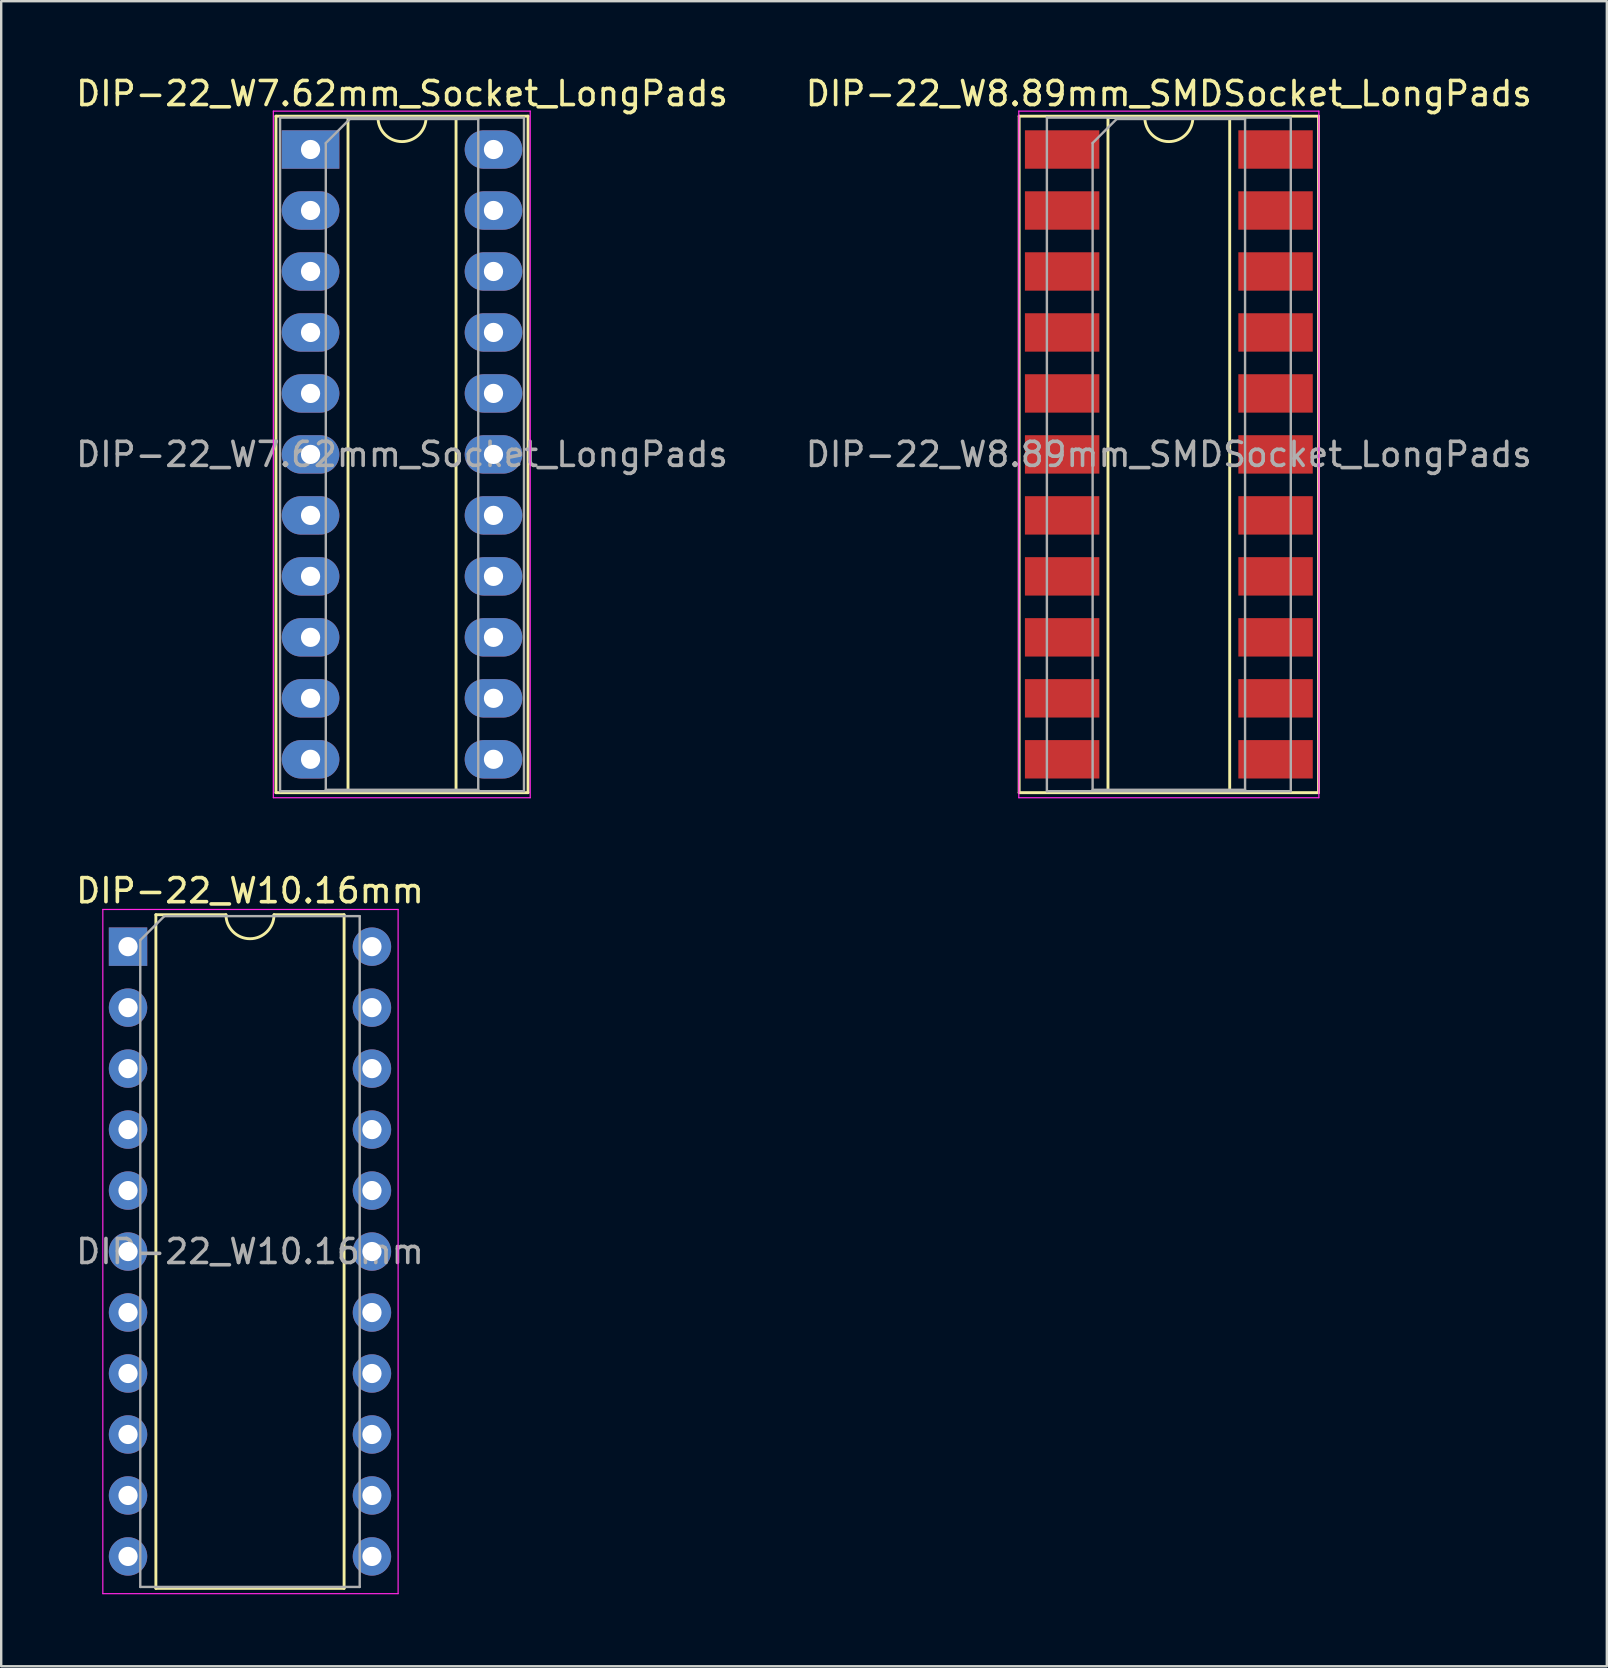
<source format=kicad_pcb>
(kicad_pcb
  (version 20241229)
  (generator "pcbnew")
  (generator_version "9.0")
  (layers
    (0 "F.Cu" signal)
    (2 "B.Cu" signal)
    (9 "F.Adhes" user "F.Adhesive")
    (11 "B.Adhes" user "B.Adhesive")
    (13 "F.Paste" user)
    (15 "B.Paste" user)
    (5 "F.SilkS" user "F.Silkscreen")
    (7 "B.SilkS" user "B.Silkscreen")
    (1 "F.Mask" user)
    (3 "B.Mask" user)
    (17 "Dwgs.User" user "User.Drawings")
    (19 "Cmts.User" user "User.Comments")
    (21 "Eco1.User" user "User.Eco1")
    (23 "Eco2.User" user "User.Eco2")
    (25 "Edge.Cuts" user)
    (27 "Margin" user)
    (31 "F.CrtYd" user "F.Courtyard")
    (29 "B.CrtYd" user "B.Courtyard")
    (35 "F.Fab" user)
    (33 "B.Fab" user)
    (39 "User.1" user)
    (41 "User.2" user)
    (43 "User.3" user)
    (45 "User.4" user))
  (footprint "DIP-22_W8.89mm_SMDSocket_LongPads"
    (layer "F.Cu")
    (at 45.637 15.878)
    (property "Reference" "DIP-22_W8.89mm_SMDSocket_LongPads" (at 0 -15.03 0) (layer "F.SilkS") (effects (font (size 1 1) (thickness 0.15))))
    (attr smd)
    (fp_line (start -6.235 -14.09) (end -6.235 14.09) (stroke (width 0.12) (type solid)) (layer "F.SilkS"))
    (fp_line (start -6.235 14.09) (end 6.235 14.09) (stroke (width 0.12) (type solid)) (layer "F.SilkS"))
    (fp_line (start -2.535 -14.03) (end -2.535 14.03) (stroke (width 0.12) (type solid)) (layer "F.SilkS"))
    (fp_line (start -2.535 14.03) (end 2.535 14.03) (stroke (width 0.12) (type solid)) (layer "F.SilkS"))
    (fp_line (start -1 -14.03) (end -2.535 -14.03) (stroke (width 0.12) (type solid)) (layer "F.SilkS"))
    (fp_line (start 2.535 -14.03) (end 1 -14.03) (stroke (width 0.12) (type solid)) (layer "F.SilkS"))
    (fp_line (start 2.535 14.03) (end 2.535 -14.03) (stroke (width 0.12) (type solid)) (layer "F.SilkS"))
    (fp_line (start 6.235 -14.09) (end -6.235 -14.09) (stroke (width 0.12) (type solid)) (layer "F.SilkS"))
    (fp_line (start 6.235 14.09) (end 6.235 -14.09) (stroke (width 0.12) (type solid)) (layer "F.SilkS"))
    (fp_arc (start 1 -14.03) (mid 0 -13.03) (end -1 -14.03) (stroke (width 0.12) (type solid)) (layer "F.SilkS"))
    (fp_line (start -6.25 -14.3) (end -6.25 14.3) (stroke (width 0.05) (type solid)) (layer "F.CrtYd"))
    (fp_line (start -6.25 14.3) (end 6.25 14.3) (stroke (width 0.05) (type solid)) (layer "F.CrtYd"))
    (fp_line (start 6.25 -14.3) (end -6.25 -14.3) (stroke (width 0.05) (type solid)) (layer "F.CrtYd"))
    (fp_line (start 6.25 14.3) (end 6.25 -14.3) (stroke (width 0.05) (type solid)) (layer "F.CrtYd"))
    (fp_line (start -5.08 -14.03) (end -5.08 14.03) (stroke (width 0.1) (type solid)) (layer "F.Fab"))
    (fp_line (start -5.08 14.03) (end 5.08 14.03) (stroke (width 0.1) (type solid)) (layer "F.Fab"))
    (fp_line (start -3.175 -12.97) (end -2.175 -13.97) (stroke (width 0.1) (type solid)) (layer "F.Fab"))
    (fp_line (start -3.175 13.97) (end -3.175 -12.97) (stroke (width 0.1) (type solid)) (layer "F.Fab"))
    (fp_line (start -2.175 -13.97) (end 3.175 -13.97) (stroke (width 0.1) (type solid)) (layer "F.Fab"))
    (fp_line (start 3.175 -13.97) (end 3.175 13.97) (stroke (width 0.1) (type solid)) (layer "F.Fab"))
    (fp_line (start 3.175 13.97) (end -3.175 13.97) (stroke (width 0.1) (type solid)) (layer "F.Fab"))
    (fp_line (start 5.08 -14.03) (end -5.08 -14.03) (stroke (width 0.1) (type solid)) (layer "F.Fab"))
    (fp_line (start 5.08 14.03) (end 5.08 -14.03) (stroke (width 0.1) (type solid)) (layer "F.Fab"))
    (fp_text user "${REFERENCE}" (at 0 0 0) (layer "F.Fab") (effects (font (size 1 1) (thickness 0.15))))
    (pad "1" smd rect (at -4.445 -12.7) (size 3.1 1.6) (layers "F.Cu" "F.Mask" "F.Paste"))
    (pad "2" smd rect (at -4.445 -10.16) (size 3.1 1.6) (layers "F.Cu" "F.Mask" "F.Paste"))
    (pad "3" smd rect (at -4.445 -7.62) (size 3.1 1.6) (layers "F.Cu" "F.Mask" "F.Paste"))
    (pad "4" smd rect (at -4.445 -5.08) (size 3.1 1.6) (layers "F.Cu" "F.Mask" "F.Paste"))
    (pad "5" smd rect (at -4.445 -2.54) (size 3.1 1.6) (layers "F.Cu" "F.Mask" "F.Paste"))
    (pad "6" smd rect (at -4.445 0) (size 3.1 1.6) (layers "F.Cu" "F.Mask" "F.Paste"))
    (pad "7" smd rect (at -4.445 2.54) (size 3.1 1.6) (layers "F.Cu" "F.Mask" "F.Paste"))
    (pad "8" smd rect (at -4.445 5.08) (size 3.1 1.6) (layers "F.Cu" "F.Mask" "F.Paste"))
    (pad "9" smd rect (at -4.445 7.62) (size 3.1 1.6) (layers "F.Cu" "F.Mask" "F.Paste"))
    (pad "10" smd rect (at -4.445 10.16) (size 3.1 1.6) (layers "F.Cu" "F.Mask" "F.Paste"))
    (pad "11" smd rect (at -4.445 12.7) (size 3.1 1.6) (layers "F.Cu" "F.Mask" "F.Paste"))
    (pad "12" smd rect (at 4.445 12.7) (size 3.1 1.6) (layers "F.Cu" "F.Mask" "F.Paste"))
    (pad "13" smd rect (at 4.445 10.16) (size 3.1 1.6) (layers "F.Cu" "F.Mask" "F.Paste"))
    (pad "14" smd rect (at 4.445 7.62) (size 3.1 1.6) (layers "F.Cu" "F.Mask" "F.Paste"))
    (pad "15" smd rect (at 4.445 5.08) (size 3.1 1.6) (layers "F.Cu" "F.Mask" "F.Paste"))
    (pad "16" smd rect (at 4.445 2.54) (size 3.1 1.6) (layers "F.Cu" "F.Mask" "F.Paste"))
    (pad "17" smd rect (at 4.445 0) (size 3.1 1.6) (layers "F.Cu" "F.Mask" "F.Paste"))
    (pad "18" smd rect (at 4.445 -2.54) (size 3.1 1.6) (layers "F.Cu" "F.Mask" "F.Paste"))
    (pad "19" smd rect (at 4.445 -5.08) (size 3.1 1.6) (layers "F.Cu" "F.Mask" "F.Paste"))
    (pad "20" smd rect (at 4.445 -7.62) (size 3.1 1.6) (layers "F.Cu" "F.Mask" "F.Paste"))
    (pad "21" smd rect (at 4.445 -10.16) (size 3.1 1.6) (layers "F.Cu" "F.Mask" "F.Paste"))
    (pad "22" smd rect (at 4.445 -12.7) (size 3.1 1.6) (layers "F.Cu" "F.Mask" "F.Paste")))
  (footprint "DIP-22_W10.16mm"
    (layer "F.Cu")
    (at 2.283 36.382)
    (property "Reference" "DIP-22_W10.16mm" (at 5.08 -2.33 0) (layer "F.SilkS") (effects (font (size 1 1) (thickness 0.15))))
    (attr through_hole)
    (fp_line (start 1.16 -1.33) (end 1.16 26.73) (stroke (width 0.12) (type solid)) (layer "F.SilkS"))
    (fp_line (start 1.16 26.73) (end 9 26.73) (stroke (width 0.12) (type solid)) (layer "F.SilkS"))
    (fp_line (start 4.08 -1.33) (end 1.16 -1.33) (stroke (width 0.12) (type solid)) (layer "F.SilkS"))
    (fp_line (start 9 -1.33) (end 6.08 -1.33) (stroke (width 0.12) (type solid)) (layer "F.SilkS"))
    (fp_line (start 9 26.73) (end 9 -1.33) (stroke (width 0.12) (type solid)) (layer "F.SilkS"))
    (fp_arc (start 6.08 -1.33) (mid 5.08 -0.33) (end 4.08 -1.33) (stroke (width 0.12) (type solid)) (layer "F.SilkS"))
    (fp_line (start -1.05 -1.55) (end -1.05 26.95) (stroke (width 0.05) (type solid)) (layer "F.CrtYd"))
    (fp_line (start -1.05 26.95) (end 11.25 26.95) (stroke (width 0.05) (type solid)) (layer "F.CrtYd"))
    (fp_line (start 11.25 -1.55) (end -1.05 -1.55) (stroke (width 0.05) (type solid)) (layer "F.CrtYd"))
    (fp_line (start 11.25 26.95) (end 11.25 -1.55) (stroke (width 0.05) (type solid)) (layer "F.CrtYd"))
    (fp_line (start 0.51 -0.27) (end 1.51 -1.27) (stroke (width 0.1) (type solid)) (layer "F.Fab"))
    (fp_line (start 0.51 26.67) (end 0.51 -0.27) (stroke (width 0.1) (type solid)) (layer "F.Fab"))
    (fp_line (start 1.51 -1.27) (end 9.65 -1.27) (stroke (width 0.1) (type solid)) (layer "F.Fab"))
    (fp_line (start 9.65 -1.27) (end 9.65 26.67) (stroke (width 0.1) (type solid)) (layer "F.Fab"))
    (fp_line (start 9.65 26.67) (end 0.51 26.67) (stroke (width 0.1) (type solid)) (layer "F.Fab"))
    (fp_text user "${REFERENCE}" (at 5.08 12.7 0) (layer "F.Fab") (effects (font (size 1 1) (thickness 0.15))))
    (pad "1" thru_hole rect (at 0 0) (size 1.6 1.6) (drill 0.8) (layers "*.Cu" "*.Mask"))
    (pad "2" thru_hole oval (at 0 2.54) (size 1.6 1.6) (drill 0.8) (layers "*.Cu" "*.Mask"))
    (pad "3" thru_hole oval (at 0 5.08) (size 1.6 1.6) (drill 0.8) (layers "*.Cu" "*.Mask"))
    (pad "4" thru_hole oval (at 0 7.62) (size 1.6 1.6) (drill 0.8) (layers "*.Cu" "*.Mask"))
    (pad "5" thru_hole oval (at 0 10.16) (size 1.6 1.6) (drill 0.8) (layers "*.Cu" "*.Mask"))
    (pad "6" thru_hole oval (at 0 12.7) (size 1.6 1.6) (drill 0.8) (layers "*.Cu" "*.Mask"))
    (pad "7" thru_hole oval (at 0 15.24) (size 1.6 1.6) (drill 0.8) (layers "*.Cu" "*.Mask"))
    (pad "8" thru_hole oval (at 0 17.78) (size 1.6 1.6) (drill 0.8) (layers "*.Cu" "*.Mask"))
    (pad "9" thru_hole oval (at 0 20.32) (size 1.6 1.6) (drill 0.8) (layers "*.Cu" "*.Mask"))
    (pad "10" thru_hole oval (at 0 22.86) (size 1.6 1.6) (drill 0.8) (layers "*.Cu" "*.Mask"))
    (pad "11" thru_hole oval (at 0 25.4) (size 1.6 1.6) (drill 0.8) (layers "*.Cu" "*.Mask"))
    (pad "12" thru_hole oval (at 10.16 25.4) (size 1.6 1.6) (drill 0.8) (layers "*.Cu" "*.Mask"))
    (pad "13" thru_hole oval (at 10.16 22.86) (size 1.6 1.6) (drill 0.8) (layers "*.Cu" "*.Mask"))
    (pad "14" thru_hole oval (at 10.16 20.32) (size 1.6 1.6) (drill 0.8) (layers "*.Cu" "*.Mask"))
    (pad "15" thru_hole oval (at 10.16 17.78) (size 1.6 1.6) (drill 0.8) (layers "*.Cu" "*.Mask"))
    (pad "16" thru_hole oval (at 10.16 15.24) (size 1.6 1.6) (drill 0.8) (layers "*.Cu" "*.Mask"))
    (pad "17" thru_hole oval (at 10.16 12.7) (size 1.6 1.6) (drill 0.8) (layers "*.Cu" "*.Mask"))
    (pad "18" thru_hole oval (at 10.16 10.16) (size 1.6 1.6) (drill 0.8) (layers "*.Cu" "*.Mask"))
    (pad "19" thru_hole oval (at 10.16 7.62) (size 1.6 1.6) (drill 0.8) (layers "*.Cu" "*.Mask"))
    (pad "20" thru_hole oval (at 10.16 5.08) (size 1.6 1.6) (drill 0.8) (layers "*.Cu" "*.Mask"))
    (pad "21" thru_hole oval (at 10.16 2.54) (size 1.6 1.6) (drill 0.8) (layers "*.Cu" "*.Mask"))
    (pad "22" thru_hole oval (at 10.16 0) (size 1.6 1.6) (drill 0.8) (layers "*.Cu" "*.Mask")))
  (footprint "DIP-22_W7.62mm_Socket_LongPads"
    (layer "F.Cu")
    (at 9.886 3.178)
    (property "Reference" "DIP-22_W7.62mm_Socket_LongPads" (at 3.81 -2.33 0) (layer "F.SilkS") (effects (font (size 1 1) (thickness 0.15))))
    (attr through_hole)
    (fp_line (start -1.44 -1.39) (end -1.44 26.79) (stroke (width 0.12) (type solid)) (layer "F.SilkS"))
    (fp_line (start -1.44 26.79) (end 9.06 26.79) (stroke (width 0.12) (type solid)) (layer "F.SilkS"))
    (fp_line (start 1.56 -1.33) (end 1.56 26.73) (stroke (width 0.12) (type solid)) (layer "F.SilkS"))
    (fp_line (start 1.56 26.73) (end 6.06 26.73) (stroke (width 0.12) (type solid)) (layer "F.SilkS"))
    (fp_line (start 2.81 -1.33) (end 1.56 -1.33) (stroke (width 0.12) (type solid)) (layer "F.SilkS"))
    (fp_line (start 6.06 -1.33) (end 4.81 -1.33) (stroke (width 0.12) (type solid)) (layer "F.SilkS"))
    (fp_line (start 6.06 26.73) (end 6.06 -1.33) (stroke (width 0.12) (type solid)) (layer "F.SilkS"))
    (fp_line (start 9.06 -1.39) (end -1.44 -1.39) (stroke (width 0.12) (type solid)) (layer "F.SilkS"))
    (fp_line (start 9.06 26.79) (end 9.06 -1.39) (stroke (width 0.12) (type solid)) (layer "F.SilkS"))
    (fp_arc (start 4.81 -1.33) (mid 3.81 -0.33) (end 2.81 -1.33) (stroke (width 0.12) (type solid)) (layer "F.SilkS"))
    (fp_line (start -1.55 -1.6) (end -1.55 27) (stroke (width 0.05) (type solid)) (layer "F.CrtYd"))
    (fp_line (start -1.55 27) (end 9.15 27) (stroke (width 0.05) (type solid)) (layer "F.CrtYd"))
    (fp_line (start 9.15 -1.6) (end -1.55 -1.6) (stroke (width 0.05) (type solid)) (layer "F.CrtYd"))
    (fp_line (start 9.15 27) (end 9.15 -1.6) (stroke (width 0.05) (type solid)) (layer "F.CrtYd"))
    (fp_line (start -1.27 -1.33) (end -1.27 26.73) (stroke (width 0.1) (type solid)) (layer "F.Fab"))
    (fp_line (start -1.27 26.73) (end 8.89 26.73) (stroke (width 0.1) (type solid)) (layer "F.Fab"))
    (fp_line (start 0.635 -0.27) (end 1.635 -1.27) (stroke (width 0.1) (type solid)) (layer "F.Fab"))
    (fp_line (start 0.635 26.67) (end 0.635 -0.27) (stroke (width 0.1) (type solid)) (layer "F.Fab"))
    (fp_line (start 1.635 -1.27) (end 6.985 -1.27) (stroke (width 0.1) (type solid)) (layer "F.Fab"))
    (fp_line (start 6.985 -1.27) (end 6.985 26.67) (stroke (width 0.1) (type solid)) (layer "F.Fab"))
    (fp_line (start 6.985 26.67) (end 0.635 26.67) (stroke (width 0.1) (type solid)) (layer "F.Fab"))
    (fp_line (start 8.89 -1.33) (end -1.27 -1.33) (stroke (width 0.1) (type solid)) (layer "F.Fab"))
    (fp_line (start 8.89 26.73) (end 8.89 -1.33) (stroke (width 0.1) (type solid)) (layer "F.Fab"))
    (fp_text user "${REFERENCE}" (at 3.81 12.7 0) (layer "F.Fab") (effects (font (size 1 1) (thickness 0.15))))
    (pad "1" thru_hole rect (at 0 0) (size 2.4 1.6) (drill 0.8) (layers "*.Cu" "*.Mask"))
    (pad "2" thru_hole oval (at 0 2.54) (size 2.4 1.6) (drill 0.8) (layers "*.Cu" "*.Mask"))
    (pad "3" thru_hole oval (at 0 5.08) (size 2.4 1.6) (drill 0.8) (layers "*.Cu" "*.Mask"))
    (pad "4" thru_hole oval (at 0 7.62) (size 2.4 1.6) (drill 0.8) (layers "*.Cu" "*.Mask"))
    (pad "5" thru_hole oval (at 0 10.16) (size 2.4 1.6) (drill 0.8) (layers "*.Cu" "*.Mask"))
    (pad "6" thru_hole oval (at 0 12.7) (size 2.4 1.6) (drill 0.8) (layers "*.Cu" "*.Mask"))
    (pad "7" thru_hole oval (at 0 15.24) (size 2.4 1.6) (drill 0.8) (layers "*.Cu" "*.Mask"))
    (pad "8" thru_hole oval (at 0 17.78) (size 2.4 1.6) (drill 0.8) (layers "*.Cu" "*.Mask"))
    (pad "9" thru_hole oval (at 0 20.32) (size 2.4 1.6) (drill 0.8) (layers "*.Cu" "*.Mask"))
    (pad "10" thru_hole oval (at 0 22.86) (size 2.4 1.6) (drill 0.8) (layers "*.Cu" "*.Mask"))
    (pad "11" thru_hole oval (at 0 25.4) (size 2.4 1.6) (drill 0.8) (layers "*.Cu" "*.Mask"))
    (pad "12" thru_hole oval (at 7.62 25.4) (size 2.4 1.6) (drill 0.8) (layers "*.Cu" "*.Mask"))
    (pad "13" thru_hole oval (at 7.62 22.86) (size 2.4 1.6) (drill 0.8) (layers "*.Cu" "*.Mask"))
    (pad "14" thru_hole oval (at 7.62 20.32) (size 2.4 1.6) (drill 0.8) (layers "*.Cu" "*.Mask"))
    (pad "15" thru_hole oval (at 7.62 17.78) (size 2.4 1.6) (drill 0.8) (layers "*.Cu" "*.Mask"))
    (pad "16" thru_hole oval (at 7.62 15.24) (size 2.4 1.6) (drill 0.8) (layers "*.Cu" "*.Mask"))
    (pad "17" thru_hole oval (at 7.62 12.7) (size 2.4 1.6) (drill 0.8) (layers "*.Cu" "*.Mask"))
    (pad "18" thru_hole oval (at 7.62 10.16) (size 2.4 1.6) (drill 0.8) (layers "*.Cu" "*.Mask"))
    (pad "19" thru_hole oval (at 7.62 7.62) (size 2.4 1.6) (drill 0.8) (layers "*.Cu" "*.Mask"))
    (pad "20" thru_hole oval (at 7.62 5.08) (size 2.4 1.6) (drill 0.8) (layers "*.Cu" "*.Mask"))
    (pad "21" thru_hole oval (at 7.62 2.54) (size 2.4 1.6) (drill 0.8) (layers "*.Cu" "*.Mask"))
    (pad "22" thru_hole oval (at 7.62 0) (size 2.4 1.6) (drill 0.8) (layers "*.Cu" "*.Mask")))
  (gr_rect
    (start -3 -3)
    (end 63.881 66.356)
    (stroke (width 0.1) (type default))
    (fill no)
    (layer "Edge.Cuts")))
</source>
